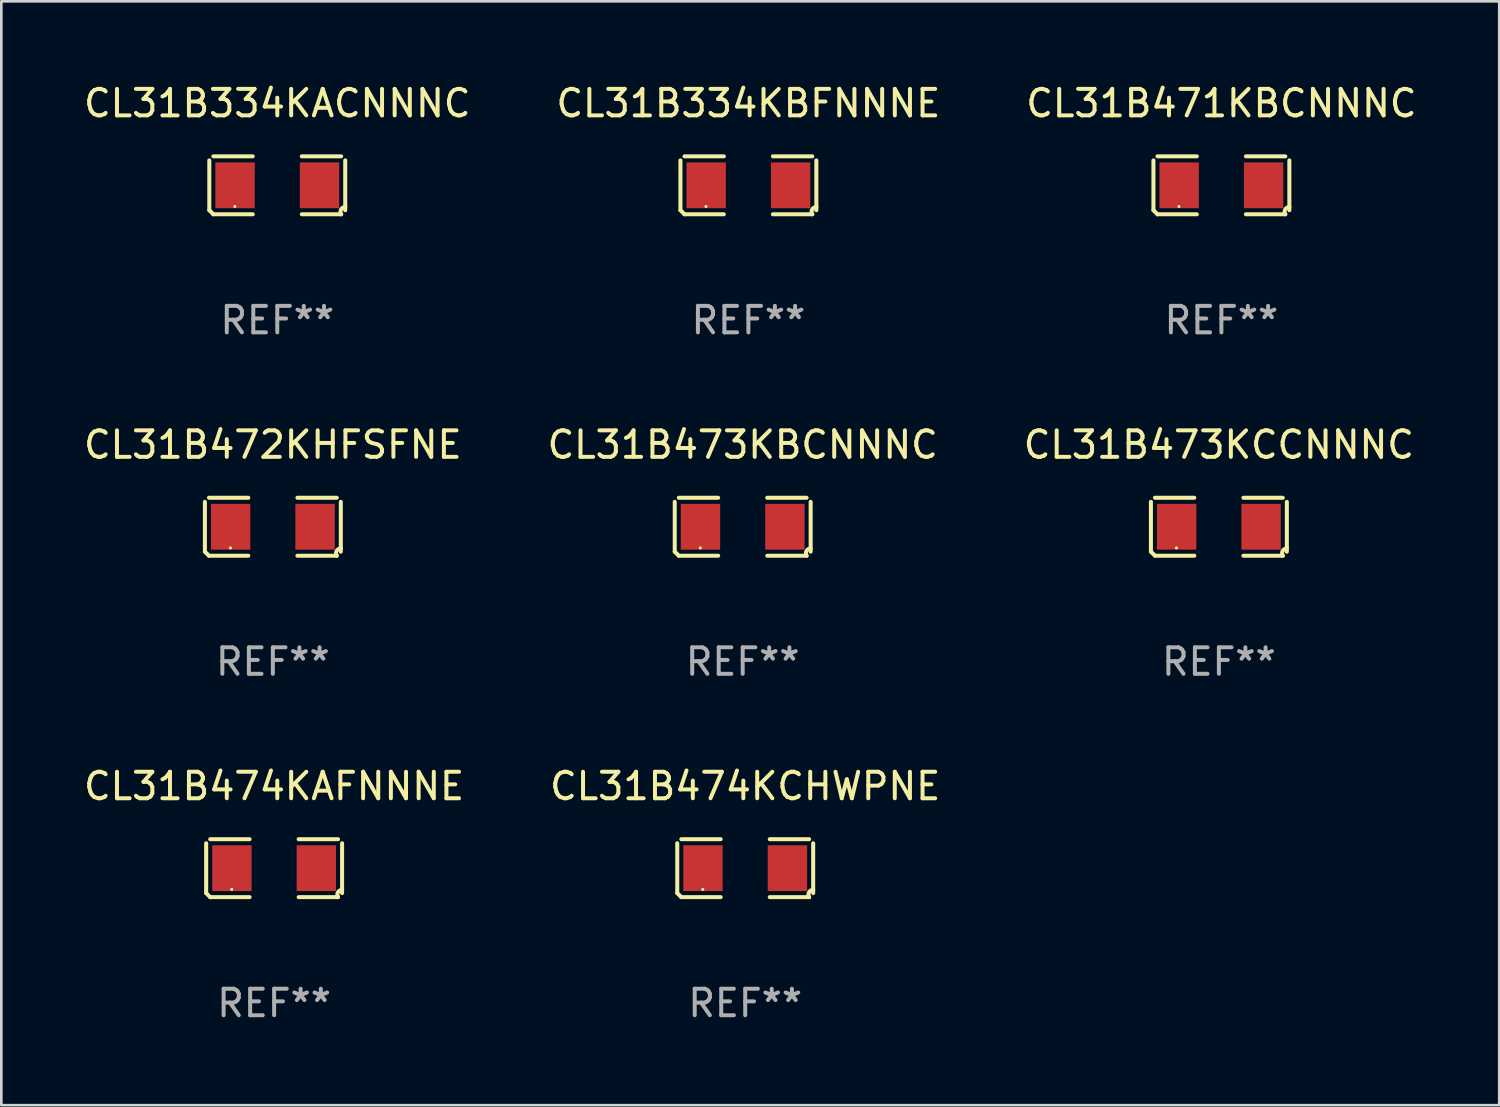
<source format=kicad_pcb>
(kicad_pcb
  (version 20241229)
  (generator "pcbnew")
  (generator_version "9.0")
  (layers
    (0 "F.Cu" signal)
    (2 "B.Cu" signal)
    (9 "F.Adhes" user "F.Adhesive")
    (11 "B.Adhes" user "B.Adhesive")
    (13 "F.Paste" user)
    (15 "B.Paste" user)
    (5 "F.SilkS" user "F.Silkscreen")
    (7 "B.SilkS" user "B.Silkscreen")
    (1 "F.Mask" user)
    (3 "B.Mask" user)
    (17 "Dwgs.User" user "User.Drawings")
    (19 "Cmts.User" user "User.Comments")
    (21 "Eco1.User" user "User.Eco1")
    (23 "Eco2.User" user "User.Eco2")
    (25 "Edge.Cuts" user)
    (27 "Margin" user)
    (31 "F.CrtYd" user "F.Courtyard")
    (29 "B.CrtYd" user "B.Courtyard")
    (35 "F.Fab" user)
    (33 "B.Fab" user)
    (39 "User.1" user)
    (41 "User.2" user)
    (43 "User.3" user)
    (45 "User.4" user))
  (footprint "CL31B471KBCNNNC"
    (layer "F.Cu")
    (at 43.03 3.941)
    (property "Reference" "CL31B471KBCNNNC" (at 0 -3.093 0) (layer "F.SilkS") (effects (font (size 1 1) (thickness 0.15))))
    (attr through_hole)
    (fp_line (start -2.564 0.94) (end -2.564 -0.94) (stroke (width 0.152) (type solid)) (layer "F.SilkS"))
    (fp_line (start -2.411 -1.093) (end -0.926 -1.093) (stroke (width 0.152) (type solid)) (layer "F.SilkS"))
    (fp_line (start -0.926 1.093) (end -2.411 1.093) (stroke (width 0.152) (type solid)) (layer "F.SilkS"))
    (fp_line (start 0.926 1.093) (end 2.411 1.093) (stroke (width 0.152) (type solid)) (layer "F.SilkS"))
    (fp_line (start 2.411 -1.093) (end 0.926 -1.093) (stroke (width 0.152) (type solid)) (layer "F.SilkS"))
    (fp_line (start 2.564 0.94) (end 2.564 -0.94) (stroke (width 0.152) (type solid)) (layer "F.SilkS"))
    (fp_arc (start -2.411201 1.092609) (mid -2.487413 1.01642) (end -2.563602 0.940208) (stroke (width 0.1524) (type solid)) (layer "F.SilkS"))
    (fp_arc (start 2.411201 1.092609) (mid 2.407159 0.911226) (end 2.563602 0.819347) (stroke (width 0.1524) (type solid)) (layer "F.SilkS"))
    (fp_circle (center -1.6 0.8) (end -1.57 0.8) (stroke (width 0.06) (type solid)) (fill no) (layer "F.SilkS"))
    (fp_text user "REF**" (at 0 5.093 0) (layer "F.Fab") (effects (font (size 1 1) (thickness 0.15))))
    (pad "1" smd rect (at -1.593 0) (size 1.485 1.728) (layers "F.Cu" "F.Mask" "F.Paste"))
    (pad "2" smd rect (at 1.593 0) (size 1.485 1.728) (layers "F.Cu" "F.Mask" "F.Paste")))
  (footprint "CL31B334KBFNNNE"
    (layer "F.Cu")
    (at 25.185 3.941)
    (property "Reference" "CL31B334KBFNNNE" (at 0 -3.093 0) (layer "F.SilkS") (effects (font (size 1 1) (thickness 0.15))))
    (attr through_hole)
    (fp_line (start -2.564 0.94) (end -2.564 -0.94) (stroke (width 0.152) (type solid)) (layer "F.SilkS"))
    (fp_line (start -2.411 -1.093) (end -0.926 -1.093) (stroke (width 0.152) (type solid)) (layer "F.SilkS"))
    (fp_line (start -0.926 1.093) (end -2.411 1.093) (stroke (width 0.152) (type solid)) (layer "F.SilkS"))
    (fp_line (start 0.926 1.093) (end 2.411 1.093) (stroke (width 0.152) (type solid)) (layer "F.SilkS"))
    (fp_line (start 2.411 -1.093) (end 0.926 -1.093) (stroke (width 0.152) (type solid)) (layer "F.SilkS"))
    (fp_line (start 2.564 0.94) (end 2.564 -0.94) (stroke (width 0.152) (type solid)) (layer "F.SilkS"))
    (fp_arc (start -2.411201 1.092609) (mid -2.487413 1.01642) (end -2.563602 0.940208) (stroke (width 0.1524) (type solid)) (layer "F.SilkS"))
    (fp_arc (start 2.411201 1.092609) (mid 2.407159 0.911226) (end 2.563602 0.819347) (stroke (width 0.1524) (type solid)) (layer "F.SilkS"))
    (fp_circle (center -1.6 0.8) (end -1.57 0.8) (stroke (width 0.06) (type solid)) (fill no) (layer "F.SilkS"))
    (fp_text user "REF**" (at 0 5.093 0) (layer "F.Fab") (effects (font (size 1 1) (thickness 0.15))))
    (pad "1" smd rect (at -1.593 0) (size 1.485 1.728) (layers "F.Cu" "F.Mask" "F.Paste"))
    (pad "2" smd rect (at 1.593 0) (size 1.485 1.728) (layers "F.Cu" "F.Mask" "F.Paste")))
  (footprint "CL31B473KBCNNNC"
    (layer "F.Cu")
    (at 24.97 16.823)
    (property "Reference" "CL31B473KBCNNNC" (at 0 -3.093 0) (layer "F.SilkS") (effects (font (size 1 1) (thickness 0.15))))
    (attr through_hole)
    (fp_line (start -2.564 0.94) (end -2.564 -0.94) (stroke (width 0.152) (type solid)) (layer "F.SilkS"))
    (fp_line (start -2.411 -1.093) (end -0.926 -1.093) (stroke (width 0.152) (type solid)) (layer "F.SilkS"))
    (fp_line (start -0.926 1.093) (end -2.411 1.093) (stroke (width 0.152) (type solid)) (layer "F.SilkS"))
    (fp_line (start 0.926 1.093) (end 2.411 1.093) (stroke (width 0.152) (type solid)) (layer "F.SilkS"))
    (fp_line (start 2.411 -1.093) (end 0.926 -1.093) (stroke (width 0.152) (type solid)) (layer "F.SilkS"))
    (fp_line (start 2.564 0.94) (end 2.564 -0.94) (stroke (width 0.152) (type solid)) (layer "F.SilkS"))
    (fp_arc (start -2.411201 1.092609) (mid -2.487413 1.01642) (end -2.563602 0.940208) (stroke (width 0.1524) (type solid)) (layer "F.SilkS"))
    (fp_arc (start 2.411201 1.092609) (mid 2.407159 0.911226) (end 2.563602 0.819347) (stroke (width 0.1524) (type solid)) (layer "F.SilkS"))
    (fp_circle (center -1.6 0.8) (end -1.57 0.8) (stroke (width 0.06) (type solid)) (fill no) (layer "F.SilkS"))
    (fp_text user "REF**" (at 0 5.093 0) (layer "F.Fab") (effects (font (size 1 1) (thickness 0.15))))
    (pad "1" smd rect (at -1.593 0) (size 1.485 1.728) (layers "F.Cu" "F.Mask" "F.Paste"))
    (pad "2" smd rect (at 1.593 0) (size 1.485 1.728) (layers "F.Cu" "F.Mask" "F.Paste")))
  (footprint "CL31B473KCCNNNC"
    (layer "F.Cu")
    (at 42.935 16.823)
    (property "Reference" "CL31B473KCCNNNC" (at 0 -3.093 0) (layer "F.SilkS") (effects (font (size 1 1) (thickness 0.15))))
    (attr through_hole)
    (fp_line (start -2.564 0.94) (end -2.564 -0.94) (stroke (width 0.152) (type solid)) (layer "F.SilkS"))
    (fp_line (start -2.411 -1.093) (end -0.926 -1.093) (stroke (width 0.152) (type solid)) (layer "F.SilkS"))
    (fp_line (start -0.926 1.093) (end -2.411 1.093) (stroke (width 0.152) (type solid)) (layer "F.SilkS"))
    (fp_line (start 0.926 1.093) (end 2.411 1.093) (stroke (width 0.152) (type solid)) (layer "F.SilkS"))
    (fp_line (start 2.411 -1.093) (end 0.926 -1.093) (stroke (width 0.152) (type solid)) (layer "F.SilkS"))
    (fp_line (start 2.564 0.94) (end 2.564 -0.94) (stroke (width 0.152) (type solid)) (layer "F.SilkS"))
    (fp_arc (start -2.411201 1.092609) (mid -2.487413 1.01642) (end -2.563602 0.940208) (stroke (width 0.1524) (type solid)) (layer "F.SilkS"))
    (fp_arc (start 2.411201 1.092609) (mid 2.407159 0.911226) (end 2.563602 0.819347) (stroke (width 0.1524) (type solid)) (layer "F.SilkS"))
    (fp_circle (center -1.6 0.8) (end -1.57 0.8) (stroke (width 0.06) (type solid)) (fill no) (layer "F.SilkS"))
    (fp_text user "REF**" (at 0 5.093 0) (layer "F.Fab") (effects (font (size 1 1) (thickness 0.15))))
    (pad "1" smd rect (at -1.593 0) (size 1.485 1.728) (layers "F.Cu" "F.Mask" "F.Paste"))
    (pad "2" smd rect (at 1.593 0) (size 1.485 1.728) (layers "F.Cu" "F.Mask" "F.Paste")))
  (footprint "CL31B472KHFSFNE"
    (layer "F.Cu")
    (at 7.244 16.823)
    (property "Reference" "CL31B472KHFSFNE" (at 0 -3.093 0) (layer "F.SilkS") (effects (font (size 1 1) (thickness 0.15))))
    (attr through_hole)
    (fp_line (start -2.564 0.94) (end -2.564 -0.94) (stroke (width 0.152) (type solid)) (layer "F.SilkS"))
    (fp_line (start -2.411 -1.093) (end -0.926 -1.093) (stroke (width 0.152) (type solid)) (layer "F.SilkS"))
    (fp_line (start -0.926 1.093) (end -2.411 1.093) (stroke (width 0.152) (type solid)) (layer "F.SilkS"))
    (fp_line (start 0.926 1.093) (end 2.411 1.093) (stroke (width 0.152) (type solid)) (layer "F.SilkS"))
    (fp_line (start 2.411 -1.093) (end 0.926 -1.093) (stroke (width 0.152) (type solid)) (layer "F.SilkS"))
    (fp_line (start 2.564 0.94) (end 2.564 -0.94) (stroke (width 0.152) (type solid)) (layer "F.SilkS"))
    (fp_arc (start -2.411201 1.092609) (mid -2.487413 1.01642) (end -2.563602 0.940208) (stroke (width 0.1524) (type solid)) (layer "F.SilkS"))
    (fp_arc (start 2.411201 1.092609) (mid 2.407159 0.911226) (end 2.563602 0.819347) (stroke (width 0.1524) (type solid)) (layer "F.SilkS"))
    (fp_circle (center -1.6 0.8) (end -1.57 0.8) (stroke (width 0.06) (type solid)) (fill no) (layer "F.SilkS"))
    (fp_text user "REF**" (at 0 5.093 0) (layer "F.Fab") (effects (font (size 1 1) (thickness 0.15))))
    (pad "1" smd rect (at -1.593 0) (size 1.485 1.728) (layers "F.Cu" "F.Mask" "F.Paste"))
    (pad "2" smd rect (at 1.593 0) (size 1.485 1.728) (layers "F.Cu" "F.Mask" "F.Paste")))
  (footprint "CL31B474KAFNNNE"
    (layer "F.Cu")
    (at 7.292 29.704)
    (property "Reference" "CL31B474KAFNNNE" (at 0 -3.093 0) (layer "F.SilkS") (effects (font (size 1 1) (thickness 0.15))))
    (attr through_hole)
    (fp_line (start -2.564 0.94) (end -2.564 -0.94) (stroke (width 0.152) (type solid)) (layer "F.SilkS"))
    (fp_line (start -2.411 -1.093) (end -0.926 -1.093) (stroke (width 0.152) (type solid)) (layer "F.SilkS"))
    (fp_line (start -0.926 1.093) (end -2.411 1.093) (stroke (width 0.152) (type solid)) (layer "F.SilkS"))
    (fp_line (start 0.926 1.093) (end 2.411 1.093) (stroke (width 0.152) (type solid)) (layer "F.SilkS"))
    (fp_line (start 2.411 -1.093) (end 0.926 -1.093) (stroke (width 0.152) (type solid)) (layer "F.SilkS"))
    (fp_line (start 2.564 0.94) (end 2.564 -0.94) (stroke (width 0.152) (type solid)) (layer "F.SilkS"))
    (fp_arc (start -2.411201 1.092609) (mid -2.487413 1.01642) (end -2.563602 0.940208) (stroke (width 0.1524) (type solid)) (layer "F.SilkS"))
    (fp_arc (start 2.411201 1.092609) (mid 2.407159 0.911226) (end 2.563602 0.819347) (stroke (width 0.1524) (type solid)) (layer "F.SilkS"))
    (fp_circle (center -1.6 0.8) (end -1.57 0.8) (stroke (width 0.06) (type solid)) (fill no) (layer "F.SilkS"))
    (fp_text user "REF**" (at 0 5.093 0) (layer "F.Fab") (effects (font (size 1 1) (thickness 0.15))))
    (pad "1" smd rect (at -1.593 0) (size 1.485 1.728) (layers "F.Cu" "F.Mask" "F.Paste"))
    (pad "2" smd rect (at 1.593 0) (size 1.485 1.728) (layers "F.Cu" "F.Mask" "F.Paste")))
  (footprint "CL31B334KACNNNC"
    (layer "F.Cu")
    (at 7.411 3.941)
    (property "Reference" "CL31B334KACNNNC" (at 0 -3.093 0) (layer "F.SilkS") (effects (font (size 1 1) (thickness 0.15))))
    (attr through_hole)
    (fp_line (start -2.564 0.94) (end -2.564 -0.94) (stroke (width 0.152) (type solid)) (layer "F.SilkS"))
    (fp_line (start -2.411 -1.093) (end -0.926 -1.093) (stroke (width 0.152) (type solid)) (layer "F.SilkS"))
    (fp_line (start -0.926 1.093) (end -2.411 1.093) (stroke (width 0.152) (type solid)) (layer "F.SilkS"))
    (fp_line (start 0.926 1.093) (end 2.411 1.093) (stroke (width 0.152) (type solid)) (layer "F.SilkS"))
    (fp_line (start 2.411 -1.093) (end 0.926 -1.093) (stroke (width 0.152) (type solid)) (layer "F.SilkS"))
    (fp_line (start 2.564 0.94) (end 2.564 -0.94) (stroke (width 0.152) (type solid)) (layer "F.SilkS"))
    (fp_arc (start -2.411201 1.092609) (mid -2.487413 1.01642) (end -2.563602 0.940208) (stroke (width 0.1524) (type solid)) (layer "F.SilkS"))
    (fp_arc (start 2.411201 1.092609) (mid 2.407159 0.911226) (end 2.563602 0.819347) (stroke (width 0.1524) (type solid)) (layer "F.SilkS"))
    (fp_circle (center -1.6 0.8) (end -1.57 0.8) (stroke (width 0.06) (type solid)) (fill no) (layer "F.SilkS"))
    (fp_text user "REF**" (at 0 5.093 0) (layer "F.Fab") (effects (font (size 1 1) (thickness 0.15))))
    (pad "1" smd rect (at -1.593 0) (size 1.485 1.728) (layers "F.Cu" "F.Mask" "F.Paste"))
    (pad "2" smd rect (at 1.593 0) (size 1.485 1.728) (layers "F.Cu" "F.Mask" "F.Paste")))
  (footprint "CL31B474KCHWPNE"
    (layer "F.Cu")
    (at 25.065 29.704)
    (property "Reference" "CL31B474KCHWPNE" (at 0 -3.093 0) (layer "F.SilkS") (effects (font (size 1 1) (thickness 0.15))))
    (attr through_hole)
    (fp_line (start -2.564 0.94) (end -2.564 -0.94) (stroke (width 0.152) (type solid)) (layer "F.SilkS"))
    (fp_line (start -2.411 -1.093) (end -0.926 -1.093) (stroke (width 0.152) (type solid)) (layer "F.SilkS"))
    (fp_line (start -0.926 1.093) (end -2.411 1.093) (stroke (width 0.152) (type solid)) (layer "F.SilkS"))
    (fp_line (start 0.926 1.093) (end 2.411 1.093) (stroke (width 0.152) (type solid)) (layer "F.SilkS"))
    (fp_line (start 2.411 -1.093) (end 0.926 -1.093) (stroke (width 0.152) (type solid)) (layer "F.SilkS"))
    (fp_line (start 2.564 0.94) (end 2.564 -0.94) (stroke (width 0.152) (type solid)) (layer "F.SilkS"))
    (fp_arc (start -2.411201 1.092609) (mid -2.487413 1.01642) (end -2.563602 0.940208) (stroke (width 0.1524) (type solid)) (layer "F.SilkS"))
    (fp_arc (start 2.411201 1.092609) (mid 2.407159 0.911226) (end 2.563602 0.819347) (stroke (width 0.1524) (type solid)) (layer "F.SilkS"))
    (fp_circle (center -1.6 0.8) (end -1.57 0.8) (stroke (width 0.06) (type solid)) (fill no) (layer "F.SilkS"))
    (fp_text user "REF**" (at 0 5.093 0) (layer "F.Fab") (effects (font (size 1 1) (thickness 0.15))))
    (pad "1" smd rect (at -1.593 0) (size 1.485 1.728) (layers "F.Cu" "F.Mask" "F.Paste"))
    (pad "2" smd rect (at 1.593 0) (size 1.485 1.728) (layers "F.Cu" "F.Mask" "F.Paste")))
  (gr_rect
    (start -3 -3)
    (end 53.512 38.645)
    (stroke (width 0.1) (type default))
    (fill no)
    (layer "Edge.Cuts")))
</source>
